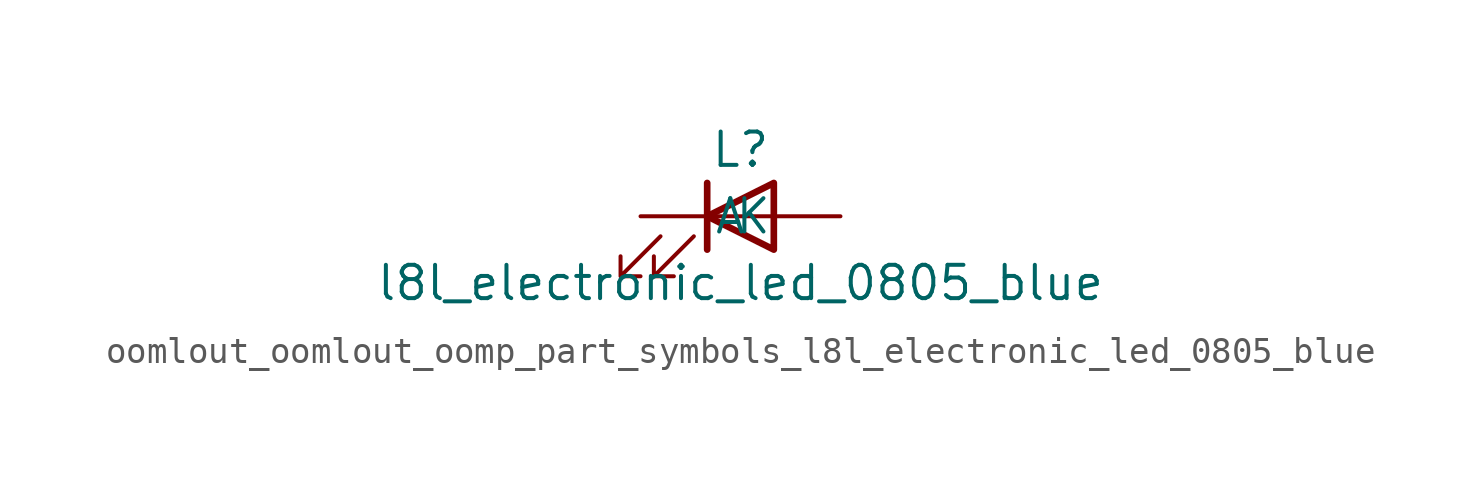
<source format=kicad_sym>
(kicad_symbol_lib
  (version 20220914)
  (generator kicad_symbol_editor)
  (symbol "oomlout_oomlout_oomp_part_symbols_l8l_electronic_led_0805_blue"
    (pin_numbers hide)
    (pin_names
      (offset 1.016))
    (property "Reference" "L"
      (at 0 2.54 0)
      (effects (font (size 1.27 1.27))))
    (property "Value" "l8l_electronic_led_0805_blue"
      (at 0 -2.54 0)
      (effects (font (size 1.27 1.27))))
    (symbol "oomlout_oomlout_oomp_part_symbols_l8l_electronic_led_0805_blue_0_1"
      (polyline (pts (xy -1.27 -1.27) (xy -1.27 1.27)) (stroke (width 0.254) (type default)) (fill (type none)))
      (polyline (pts (xy -1.27 0) (xy 1.27 0)) (stroke (width 0) (type default)) (fill (type none)))
      (polyline (pts (xy 1.27 -1.27) (xy 1.27 1.27) (xy -1.27 0) (xy 1.27 -1.27)) (stroke (width 0.254) (type default)) (fill (type none)))
      (polyline (pts (xy -3.048 -0.762) (xy -4.572 -2.286) (xy -3.81 -2.286) (xy -4.572 -2.286) (xy -4.572 -1.524)) (stroke (width 0) (type default)) (fill (type none)))
      (polyline (pts (xy -1.778 -0.762) (xy -3.302 -2.286) (xy -2.54 -2.286) (xy -3.302 -2.286) (xy -3.302 -1.524)) (stroke (width 0) (type default)) (fill (type none))))
    (symbol "oomlout_oomlout_oomp_part_symbols_l8l_electronic_led_0805_blue_1_1"
      (pin passive line (at -3.81 0 0) (length 2.54) (name "K" (effects (font (size 1.27 1.27)))) (number "1" (effects (font (size 1.27 1.27)))))
      (pin passive line (at 3.81 0 180) (length 2.54) (name "A" (effects (font (size 1.27 1.27)))) (number "2" (effects (font (size 1.27 1.27))))))))
</source>
